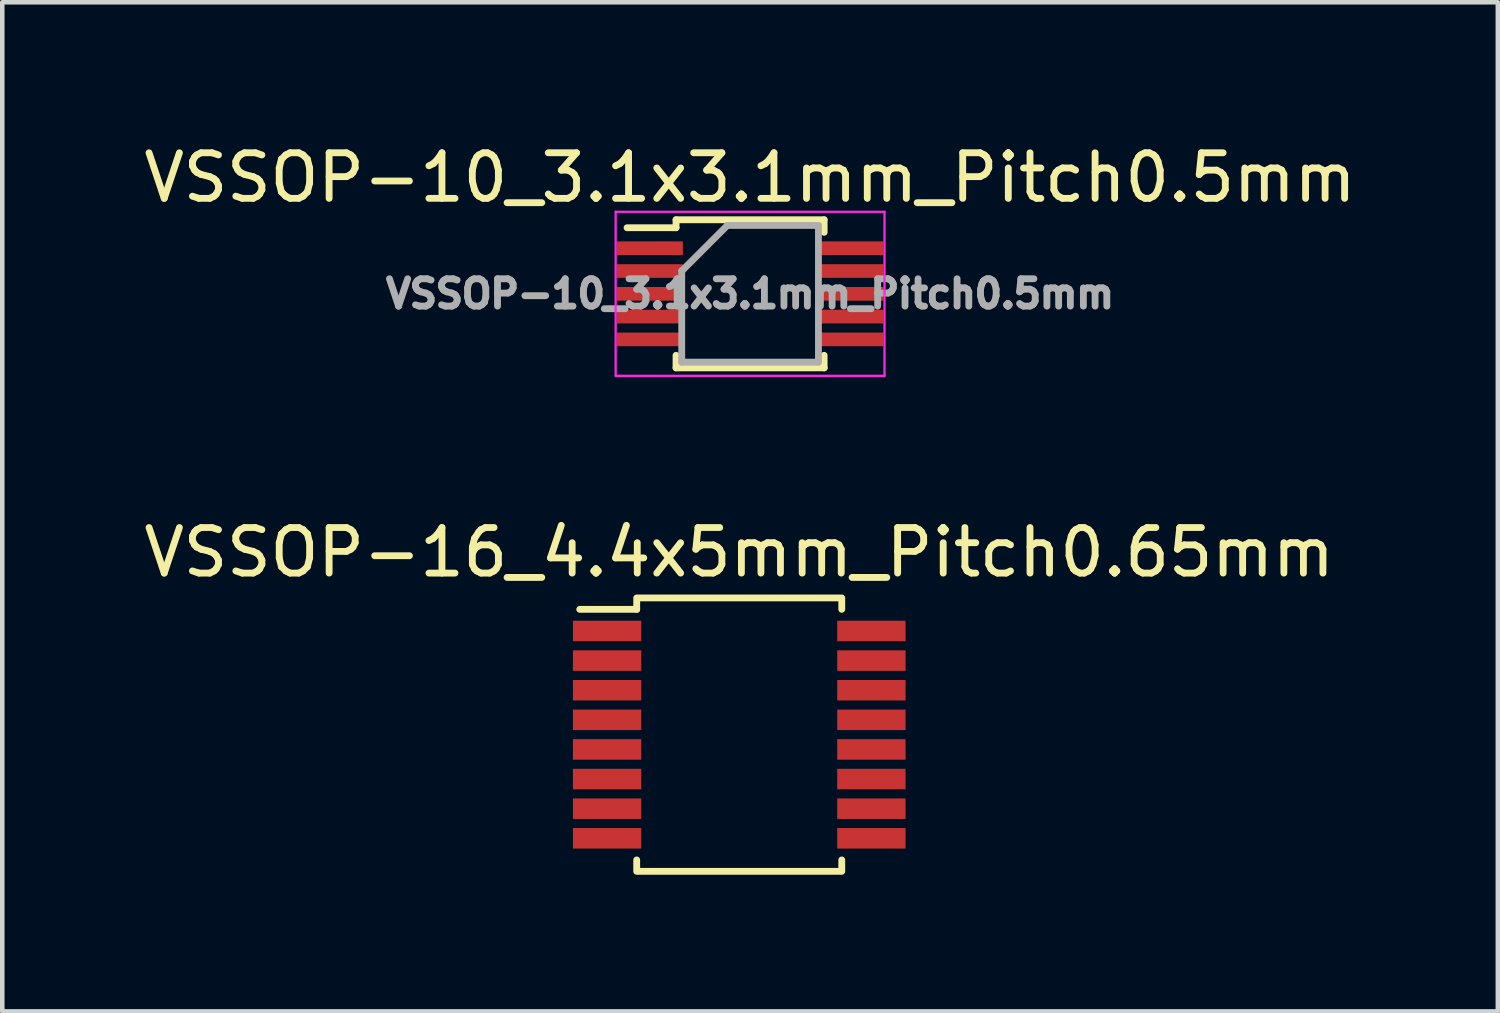
<source format=kicad_pcb>
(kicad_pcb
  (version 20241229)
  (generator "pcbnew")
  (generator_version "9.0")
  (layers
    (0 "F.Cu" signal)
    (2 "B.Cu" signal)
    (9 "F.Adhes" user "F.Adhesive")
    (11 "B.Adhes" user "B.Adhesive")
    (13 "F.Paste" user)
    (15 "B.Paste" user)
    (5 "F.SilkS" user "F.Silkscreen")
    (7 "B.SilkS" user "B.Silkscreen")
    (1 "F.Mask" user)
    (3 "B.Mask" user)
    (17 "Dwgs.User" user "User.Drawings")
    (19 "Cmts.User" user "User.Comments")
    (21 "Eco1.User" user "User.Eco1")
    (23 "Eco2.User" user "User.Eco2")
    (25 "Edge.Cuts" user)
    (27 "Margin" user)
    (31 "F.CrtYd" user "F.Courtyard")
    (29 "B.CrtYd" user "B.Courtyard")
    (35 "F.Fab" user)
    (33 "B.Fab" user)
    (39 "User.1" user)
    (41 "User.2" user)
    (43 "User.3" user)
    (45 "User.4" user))
  (footprint "VSSOP-10_3.1x3.1mm_Pitch0.5mm"
    (layer "F.Cu")
    (at 13.411 3.398)
    (property "Reference" "VSSOP-10_3.1x3.1mm_Pitch0.5mm" (at 0 -2.55 0) (layer "F.SilkS") (effects (font (size 1 1) (thickness 0.15))))
    (attr smd)
    (fp_line (start -1.625 -1.625) (end -1.625 -1.45) (stroke (width 0.15) (type solid)) (layer "F.SilkS"))
    (fp_line (start -1.625 -1.625) (end 1.625 -1.625) (stroke (width 0.15) (type solid)) (layer "F.SilkS"))
    (fp_line (start -1.625 -1.45) (end -2.7 -1.45) (stroke (width 0.15) (type solid)) (layer "F.SilkS"))
    (fp_line (start -1.625 1.625) (end -1.625 1.35) (stroke (width 0.15) (type solid)) (layer "F.SilkS"))
    (fp_line (start -1.625 1.625) (end 1.625 1.625) (stroke (width 0.15) (type solid)) (layer "F.SilkS"))
    (fp_line (start 1.625 -1.625) (end 1.625 -1.35) (stroke (width 0.15) (type solid)) (layer "F.SilkS"))
    (fp_line (start 1.625 1.625) (end 1.625 1.35) (stroke (width 0.15) (type solid)) (layer "F.SilkS"))
    (fp_line (start -2.95 -1.8) (end -2.95 1.8) (stroke (width 0.05) (type solid)) (layer "F.CrtYd"))
    (fp_line (start -2.95 -1.8) (end 2.95 -1.8) (stroke (width 0.05) (type solid)) (layer "F.CrtYd"))
    (fp_line (start -2.95 1.8) (end 2.95 1.8) (stroke (width 0.05) (type solid)) (layer "F.CrtYd"))
    (fp_line (start 2.95 -1.8) (end 2.95 1.8) (stroke (width 0.05) (type solid)) (layer "F.CrtYd"))
    (fp_line (start -1.5 -0.5) (end -0.5 -1.5) (stroke (width 0.15) (type solid)) (layer "F.Fab"))
    (fp_line (start -1.5 1.5) (end -1.5 -0.5) (stroke (width 0.15) (type solid)) (layer "F.Fab"))
    (fp_line (start -0.5 -1.5) (end 1.5 -1.5) (stroke (width 0.15) (type solid)) (layer "F.Fab"))
    (fp_line (start 1.5 -1.5) (end 1.5 1.5) (stroke (width 0.15) (type solid)) (layer "F.Fab"))
    (fp_line (start 1.5 1.5) (end -1.5 1.5) (stroke (width 0.15) (type solid)) (layer "F.Fab"))
    (fp_text user "${REFERENCE}" (at 0 0 0) (layer "F.Fab") (effects (font (size 0.6 0.6) (thickness 0.15))))
    (pad "1" smd rect (at -2.2 -1) (size 1.45 0.3) (layers "F.Cu" "F.Mask" "F.Paste"))
    (pad "2" smd rect (at -2.2 -0.5) (size 1.45 0.3) (layers "F.Cu" "F.Mask" "F.Paste"))
    (pad "3" smd rect (at -2.2 0) (size 1.45 0.3) (layers "F.Cu" "F.Mask" "F.Paste"))
    (pad "4" smd rect (at -2.2 0.5) (size 1.45 0.3) (layers "F.Cu" "F.Mask" "F.Paste"))
    (pad "5" smd rect (at -2.2 1) (size 1.45 0.3) (layers "F.Cu" "F.Mask" "F.Paste"))
    (pad "6" smd rect (at 2.2 1) (size 1.45 0.3) (layers "F.Cu" "F.Mask" "F.Paste"))
    (pad "7" smd rect (at 2.2 0.5) (size 1.45 0.3) (layers "F.Cu" "F.Mask" "F.Paste"))
    (pad "8" smd rect (at 2.2 0) (size 1.45 0.3) (layers "F.Cu" "F.Mask" "F.Paste"))
    (pad "9" smd rect (at 2.2 -0.5) (size 1.45 0.3) (layers "F.Cu" "F.Mask" "F.Paste"))
    (pad "10" smd rect (at 2.2 -1) (size 1.45 0.3) (layers "F.Cu" "F.Mask" "F.Paste")))
  (footprint "VSSOP-16_4.4x5mm_Pitch0.65mm"
    (layer "F.Cu")
    (at 13.173 13.072)
    (property "Reference" "VSSOP-16_4.4x5mm_Pitch0.65mm" (at 0 -4 0) (layer "F.SilkS") (effects (font (size 1 1) (thickness 0.15))))
    (attr through_hole)
    (fp_line (start -2.25 -3) (end -2.25 -2.75) (stroke (width 0.15) (type solid)) (layer "F.SilkS"))
    (fp_line (start -2.25 -2.75) (end -3.5 -2.75) (stroke (width 0.15) (type solid)) (layer "F.SilkS"))
    (fp_line (start -2.25 3) (end -2.25 2.75) (stroke (width 0.15) (type solid)) (layer "F.SilkS"))
    (fp_line (start -2.2 -3) (end 2.2 -3) (stroke (width 0.15) (type solid)) (layer "F.SilkS"))
    (fp_line (start -2.2 3) (end 2.2 3) (stroke (width 0.15) (type solid)) (layer "F.SilkS"))
    (fp_line (start 2.25 -3) (end 2.25 -2.75) (stroke (width 0.15) (type solid)) (layer "F.SilkS"))
    (fp_line (start 2.25 3) (end 2.25 2.75) (stroke (width 0.15) (type solid)) (layer "F.SilkS"))
    (pad "1" smd rect (at -2.9 -2.275) (size 1.5 0.45) (layers "F.Cu" "F.Mask" "F.Paste"))
    (pad "2" smd rect (at -2.9 -1.625) (size 1.5 0.45) (layers "F.Cu" "F.Mask" "F.Paste"))
    (pad "3" smd rect (at -2.9 -0.975) (size 1.5 0.45) (layers "F.Cu" "F.Mask" "F.Paste"))
    (pad "4" smd rect (at -2.9 -0.325) (size 1.5 0.45) (layers "F.Cu" "F.Mask" "F.Paste"))
    (pad "5" smd rect (at -2.9 0.325) (size 1.5 0.45) (layers "F.Cu" "F.Mask" "F.Paste"))
    (pad "6" smd rect (at -2.9 0.975) (size 1.5 0.45) (layers "F.Cu" "F.Mask" "F.Paste"))
    (pad "7" smd rect (at -2.9 1.625) (size 1.5 0.45) (layers "F.Cu" "F.Mask" "F.Paste"))
    (pad "8" smd rect (at -2.9 2.275) (size 1.5 0.45) (layers "F.Cu" "F.Mask" "F.Paste"))
    (pad "9" smd rect (at 2.9 2.275) (size 1.5 0.45) (layers "F.Cu" "F.Mask" "F.Paste"))
    (pad "10" smd rect (at 2.9 1.625) (size 1.5 0.45) (layers "F.Cu" "F.Mask" "F.Paste"))
    (pad "11" smd rect (at 2.9 0.975) (size 1.5 0.45) (layers "F.Cu" "F.Mask" "F.Paste"))
    (pad "12" smd rect (at 2.9 0.325) (size 1.5 0.45) (layers "F.Cu" "F.Mask" "F.Paste"))
    (pad "13" smd rect (at 2.9 -0.325) (size 1.5 0.45) (layers "F.Cu" "F.Mask" "F.Paste"))
    (pad "14" smd rect (at 2.9 -0.975) (size 1.5 0.45) (layers "F.Cu" "F.Mask" "F.Paste"))
    (pad "15" smd rect (at 2.9 -1.625) (size 1.5 0.45) (layers "F.Cu" "F.Mask" "F.Paste"))
    (pad "16" smd rect (at 2.9 -2.275) (size 1.5 0.45) (layers "F.Cu" "F.Mask" "F.Paste")))
  (gr_rect
    (start -3 -3)
    (end 29.821 19.146)
    (stroke (width 0.1) (type default))
    (fill no)
    (layer "Edge.Cuts")))
</source>
